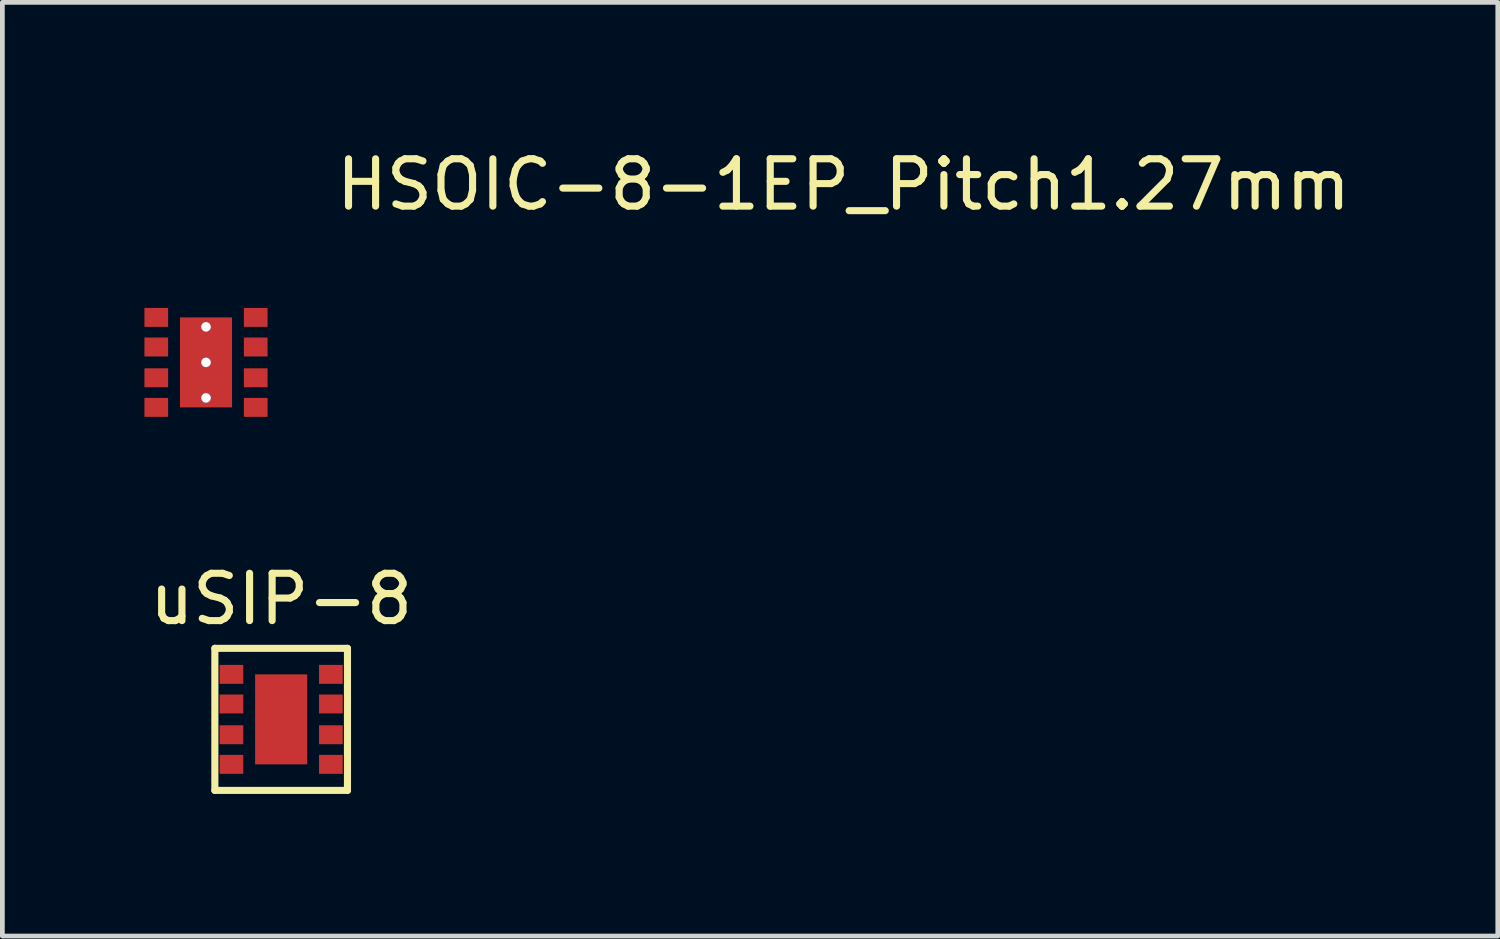
<source format=kicad_pcb>
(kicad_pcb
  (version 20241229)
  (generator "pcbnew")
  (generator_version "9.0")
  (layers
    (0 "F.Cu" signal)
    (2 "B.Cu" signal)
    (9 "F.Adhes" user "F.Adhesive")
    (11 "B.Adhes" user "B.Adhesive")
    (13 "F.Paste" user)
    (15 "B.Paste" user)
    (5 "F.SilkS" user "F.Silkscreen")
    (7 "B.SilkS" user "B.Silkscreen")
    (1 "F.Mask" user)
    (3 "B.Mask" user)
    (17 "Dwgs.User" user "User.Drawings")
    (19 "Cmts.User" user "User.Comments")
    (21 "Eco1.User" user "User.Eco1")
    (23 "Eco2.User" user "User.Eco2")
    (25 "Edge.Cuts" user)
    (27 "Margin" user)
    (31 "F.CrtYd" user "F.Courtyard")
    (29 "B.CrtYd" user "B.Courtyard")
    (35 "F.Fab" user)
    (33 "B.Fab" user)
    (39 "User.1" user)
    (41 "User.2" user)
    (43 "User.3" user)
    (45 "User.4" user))
  (footprint "uSIP-8"
    (layer "F.Cu")
    (at 2.887 12.14)
    (property "Reference" "uSIP-8" (at 0 -2.54 0) (layer "F.SilkS") (effects (font (size 1 1) (thickness 0.15))))
    (attr through_hole)
    (fp_line (start -1.4 -1.5) (end -1.4 1.5) (stroke (width 0.15) (type solid)) (layer "F.SilkS"))
    (fp_line (start -1.4 1.5) (end 1.4 1.5) (stroke (width 0.15) (type solid)) (layer "F.SilkS"))
    (fp_line (start 1.4 -1.5) (end -1.4 -1.5) (stroke (width 0.15) (type solid)) (layer "F.SilkS"))
    (fp_line (start 1.4 1.5) (end 1.4 -1.5) (stroke (width 0.15) (type solid)) (layer "F.SilkS"))
    (pad "1" smd rect (at -1.05 -0.95) (size 0.5 0.4) (layers "F.Cu" "F.Mask" "F.Paste"))
    (pad "2" smd rect (at -1.05 -0.325) (size 0.5 0.4) (layers "F.Cu" "F.Mask" "F.Paste"))
    (pad "3" smd rect (at -1.05 0.325) (size 0.5 0.4) (layers "F.Cu" "F.Mask" "F.Paste"))
    (pad "4" smd rect (at -1.05 0.95) (size 0.5 0.4) (layers "F.Cu" "F.Mask" "F.Paste"))
    (pad "5" smd rect (at 1.05 0.95) (size 0.5 0.4) (layers "F.Cu" "F.Mask" "F.Paste"))
    (pad "6" smd rect (at 1.05 0.325) (size 0.5 0.4) (layers "F.Cu" "F.Mask" "F.Paste"))
    (pad "7" smd rect (at 1.05 -0.325) (size 0.5 0.4) (layers "F.Cu" "F.Mask" "F.Paste"))
    (pad "8" smd rect (at 1.05 -0.95) (size 0.5 0.4) (layers "F.Cu" "F.Mask" "F.Paste"))
    (pad "9" smd rect (at 0 0) (size 1.1 1.9) (layers "F.Cu" "F.Mask" "F.Paste")))
  (footprint "HSOIC-8-1EP_Pitch1.27mm"
    (layer "F.Cu")
    (at 1.3 4.602)
    (property "Reference" "HSOIC-8-1EP_Pitch1.27mm" (at 13.462 -3.754 0) (layer "F.SilkS") (effects (font (size 1 1) (thickness 0.15))))
    (attr smd)
    (pad "1" smd rect (at -1.05 -0.95) (size 0.5 0.4) (layers "F.Cu" "F.Mask" "F.Paste"))
    (pad "2" smd rect (at -1.05 -0.325) (size 0.5 0.4) (layers "F.Cu" "F.Mask" "F.Paste"))
    (pad "3" smd rect (at -1.05 0.325) (size 0.5 0.4) (layers "F.Cu" "F.Mask" "F.Paste"))
    (pad "4" smd rect (at -1.05 0.95) (size 0.5 0.4) (layers "F.Cu" "F.Mask" "F.Paste"))
    (pad "5" smd rect (at 1.05 0.95) (size 0.5 0.4) (layers "F.Cu" "F.Mask" "F.Paste"))
    (pad "6" smd rect (at 1.05 0.325) (size 0.5 0.4) (layers "F.Cu" "F.Mask" "F.Paste"))
    (pad "7" smd rect (at 1.05 -0.325) (size 0.5 0.4) (layers "F.Cu" "F.Mask" "F.Paste"))
    (pad "8" smd rect (at 1.05 -0.95) (size 0.5 0.4) (layers "F.Cu" "F.Mask" "F.Paste"))
    (pad "9" thru_hole circle (at 0 -0.75) (size 0.2 0.2) (drill 0.2) (layers "*.Cu" "*.Mask"))
    (pad "9" thru_hole circle (at 0 0) (size 0.2 0.2) (drill 0.2) (layers "*.Cu" "*.Mask"))
    (pad "9" smd rect (at 0 0) (size 1.1 1.9) (layers "F.Cu" "F.Mask" "F.Paste"))
    (pad "9" thru_hole circle (at 0 0.75) (size 0.2 0.2) (drill 0.2) (layers "*.Cu" "*.Mask")))
  (gr_rect
    (start -3 -3)
    (end 28.577 16.715)
    (stroke (width 0.1) (type default))
    (fill no)
    (layer "Edge.Cuts")))
</source>
